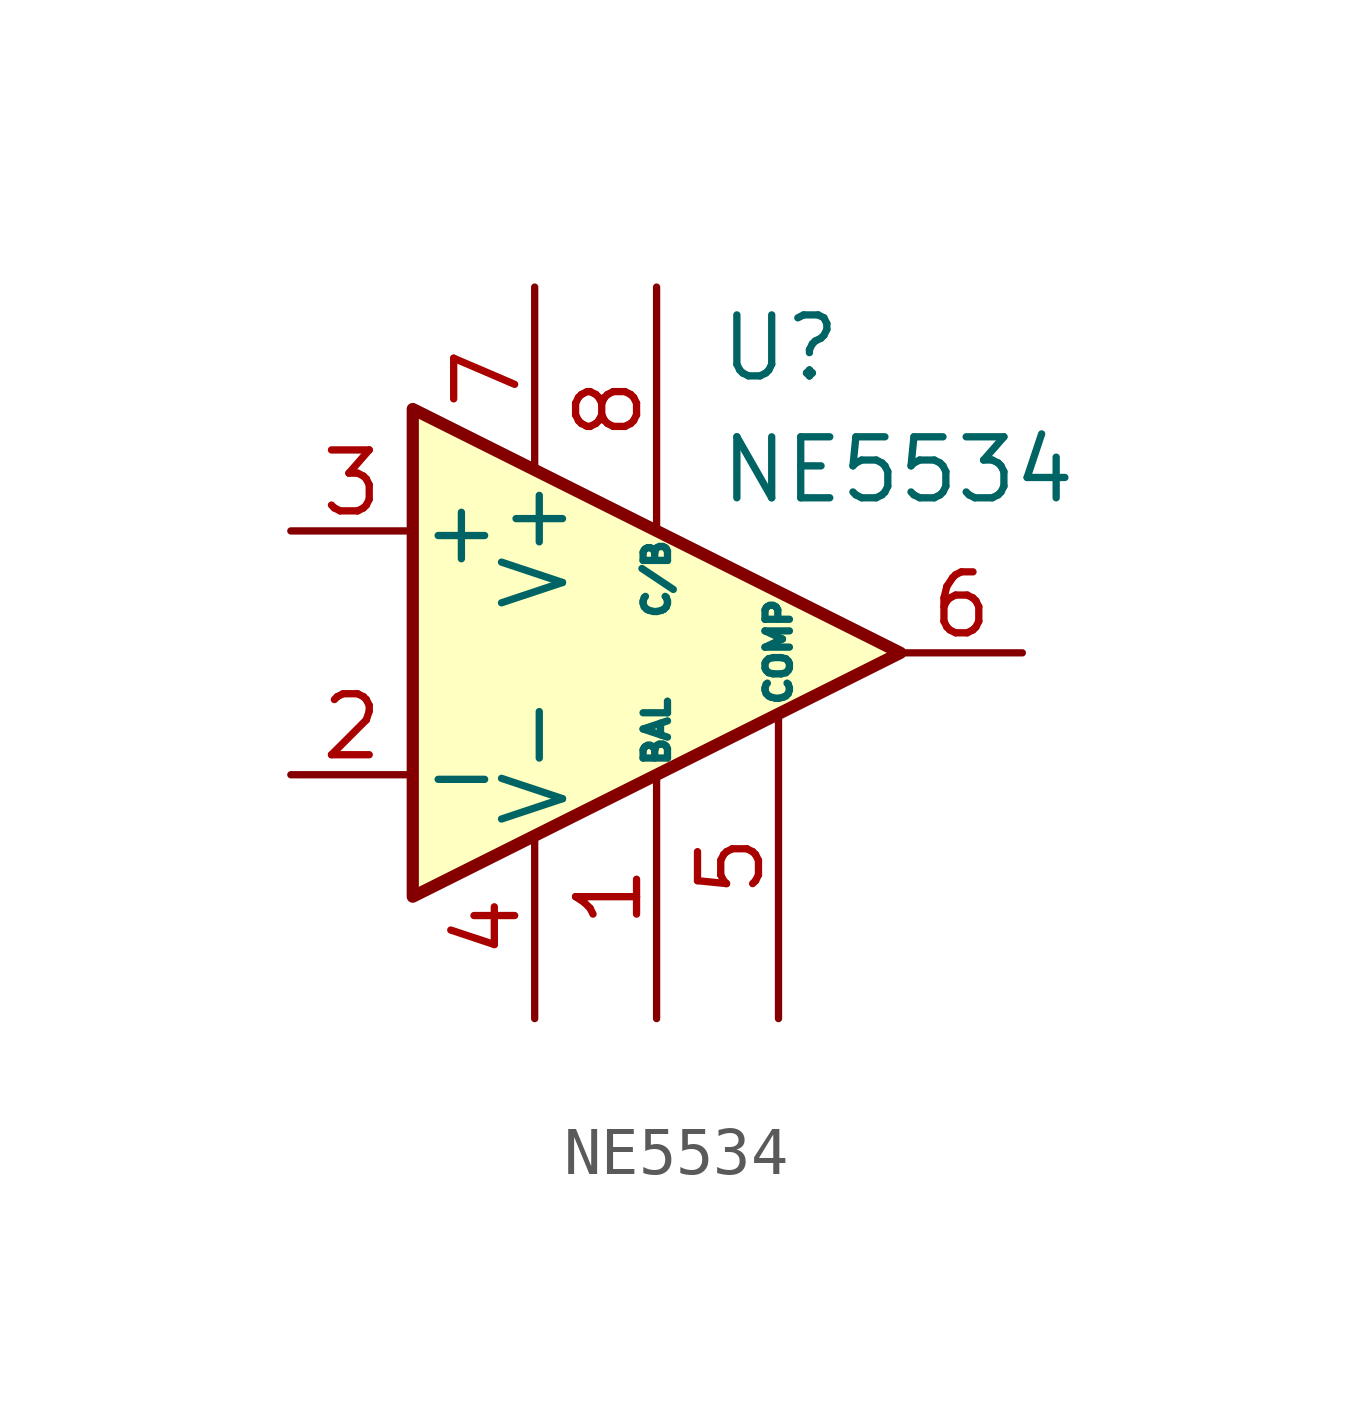
<source format=kicad_sym>
(kicad_symbol_lib
  (version 20200908)
  (generator kicad_symbol_editor)
  (symbol "Amplifier_Operational:NE5534"
    (pin_names
      (offset 0.127))
    (property "Reference" "U"
      (at 1.27 6.35 0)
      (effects (font (size 1.27 1.27)) (justify left)))
    (property "Value" "NE5534"
      (at 1.27 3.81 0)
      (effects (font (size 1.27 1.27)) (justify left)))
    (symbol "NE5534_0_1"
      (polyline (pts (xy -5.08 5.08) (xy 5.08 0) (xy -5.08 -5.08) (xy -5.08 5.08)) (stroke (width 0.254)) (fill (type background))))
    (symbol "NE5534_1_1"
      (pin input line (at 0 -7.62 90) (length 5.08) (name "BAL" (effects (font (size 0.508 0.508)))) (number "1" (effects (font (size 1.27 1.27)))))
      (pin input line (at -7.62 -2.54 0) (length 2.54) (name "-" (effects (font (size 1.27 1.27)))) (number "2" (effects (font (size 1.27 1.27)))))
      (pin input line (at -7.62 2.54 0) (length 2.54) (name "+" (effects (font (size 1.27 1.27)))) (number "3" (effects (font (size 1.27 1.27)))))
      (pin power_in line (at -2.54 -7.62 90) (length 3.81) (name "V-" (effects (font (size 1.27 1.27)))) (number "4" (effects (font (size 1.27 1.27)))))
      (pin input line (at 2.54 -7.62 90) (length 6.35) (name "COMP" (effects (font (size 0.508 0.508)))) (number "5" (effects (font (size 1.27 1.27)))))
      (pin output line (at 7.62 0 180) (length 2.54) (name "~" (effects (font (size 1.27 1.27)))) (number "6" (effects (font (size 1.27 1.27)))))
      (pin power_in line (at -2.54 7.62 270) (length 3.81) (name "V+" (effects (font (size 1.27 1.27)))) (number "7" (effects (font (size 1.27 1.27)))))
      (pin input line (at 0 7.62 270) (length 5.08) (name "C/B" (effects (font (size 0.508 0.508)))) (number "8" (effects (font (size 1.27 1.27))))))))
</source>
